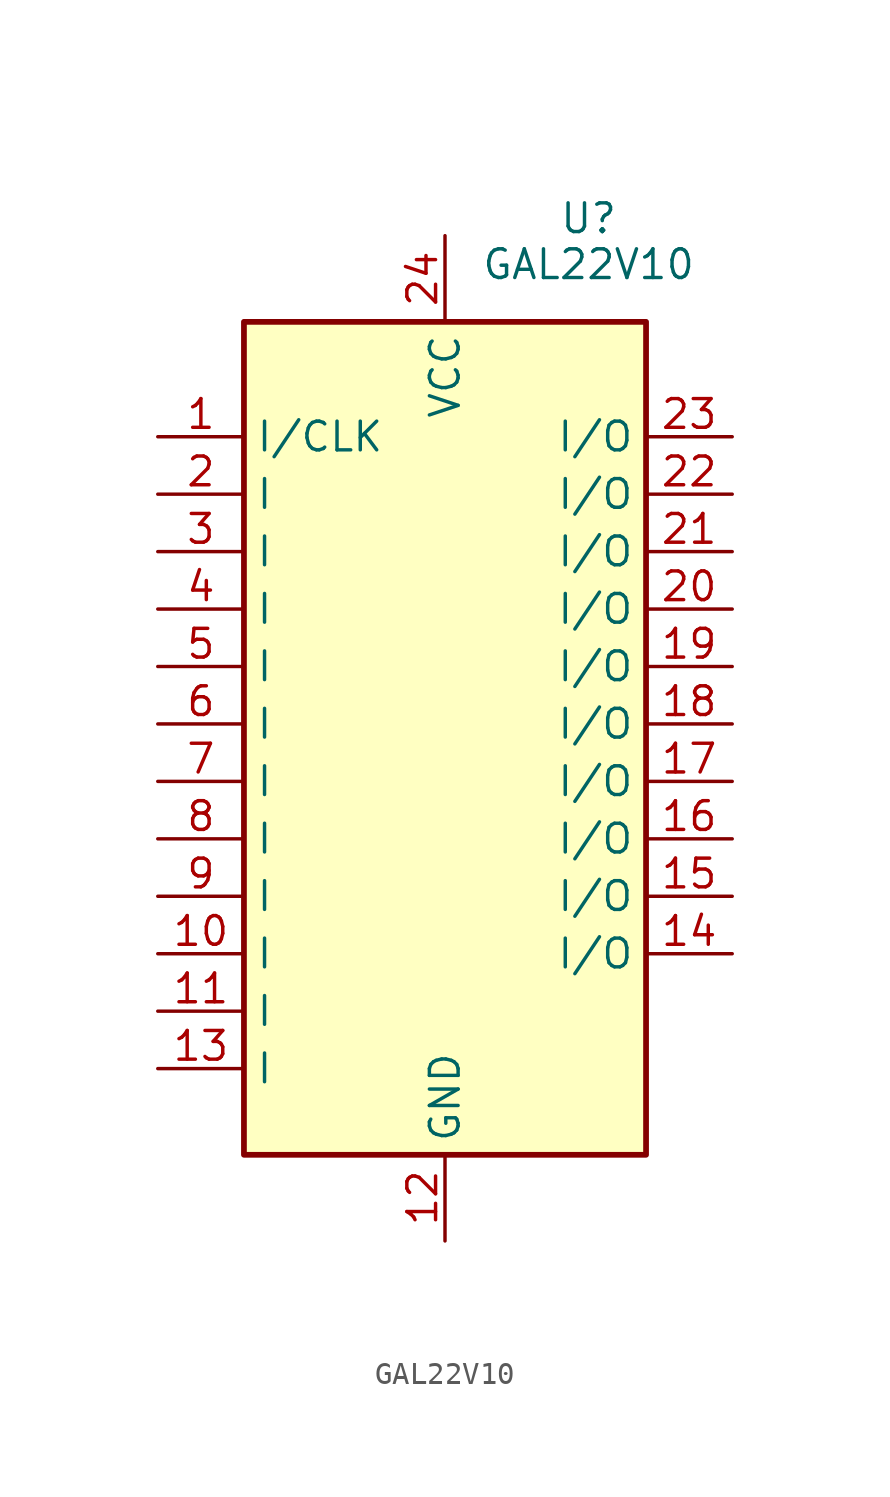
<source format=kicad_sym>
(kicad_symbol_lib
  (version 20231120)
  (generator "kicad_symbol_editor")
  (generator_version "8.0")
  (symbol "GAL22V10"
    (property "Reference" "U"
      (at 6.35 22.352 0)
      (effects (font (size 1.27 1.27))))
    (property "Value" "GAL22V10"
      (at 6.35 20.32 0)
      (effects (font (size 1.27 1.27))))
    (symbol "GAL22V10_1_1"
      (rectangle (start -8.89 17.78) (end 8.89 -19.05) (stroke (width 0.254) (type default)) (fill (type background)))
      (pin input line (at -12.7 12.7 0) (length 3.81) (name "I/CLK" (effects (font (size 1.27 1.27)))) (number "1" (effects (font (size 1.27 1.27)))))
      (pin input line (at -12.7 -10.16 0) (length 3.81) (name "I" (effects (font (size 1.27 1.27)))) (number "10" (effects (font (size 1.27 1.27)))))
      (pin input line (at -12.7 -12.7 0) (length 3.81) (name "I" (effects (font (size 1.27 1.27)))) (number "11" (effects (font (size 1.27 1.27)))))
      (pin power_in line (at 0 -22.86 90) (length 3.81) (name "GND" (effects (font (size 1.27 1.27)))) (number "12" (effects (font (size 1.27 1.27)))))
      (pin input line (at -12.7 -15.24 0) (length 3.81) (name "I" (effects (font (size 1.27 1.27)))) (number "13" (effects (font (size 1.27 1.27)))))
      (pin bidirectional line (at 12.7 -10.16 180) (length 3.81) (name "I/O" (effects (font (size 1.27 1.27)))) (number "14" (effects (font (size 1.27 1.27)))))
      (pin bidirectional line (at 12.7 -7.62 180) (length 3.81) (name "I/O" (effects (font (size 1.27 1.27)))) (number "15" (effects (font (size 1.27 1.27)))))
      (pin bidirectional line (at 12.7 -5.08 180) (length 3.81) (name "I/O" (effects (font (size 1.27 1.27)))) (number "16" (effects (font (size 1.27 1.27)))))
      (pin bidirectional line (at 12.7 -2.54 180) (length 3.81) (name "I/O" (effects (font (size 1.27 1.27)))) (number "17" (effects (font (size 1.27 1.27)))))
      (pin bidirectional line (at 12.7 0 180) (length 3.81) (name "I/O" (effects (font (size 1.27 1.27)))) (number "18" (effects (font (size 1.27 1.27)))))
      (pin bidirectional line (at 12.7 2.54 180) (length 3.81) (name "I/O" (effects (font (size 1.27 1.27)))) (number "19" (effects (font (size 1.27 1.27)))))
      (pin input line (at -12.7 10.16 0) (length 3.81) (name "I" (effects (font (size 1.27 1.27)))) (number "2" (effects (font (size 1.27 1.27)))))
      (pin bidirectional line (at 12.7 5.08 180) (length 3.81) (name "I/O" (effects (font (size 1.27 1.27)))) (number "20" (effects (font (size 1.27 1.27)))))
      (pin bidirectional line (at 12.7 7.62 180) (length 3.81) (name "I/O" (effects (font (size 1.27 1.27)))) (number "21" (effects (font (size 1.27 1.27)))))
      (pin bidirectional line (at 12.7 10.16 180) (length 3.81) (name "I/O" (effects (font (size 1.27 1.27)))) (number "22" (effects (font (size 1.27 1.27)))))
      (pin bidirectional line (at 12.7 12.7 180) (length 3.81) (name "I/O" (effects (font (size 1.27 1.27)))) (number "23" (effects (font (size 1.27 1.27)))))
      (pin power_in line (at 0 21.59 270) (length 3.81) (name "VCC" (effects (font (size 1.27 1.27)))) (number "24" (effects (font (size 1.27 1.27)))))
      (pin input line (at -12.7 7.62 0) (length 3.81) (name "I" (effects (font (size 1.27 1.27)))) (number "3" (effects (font (size 1.27 1.27)))))
      (pin input line (at -12.7 5.08 0) (length 3.81) (name "I" (effects (font (size 1.27 1.27)))) (number "4" (effects (font (size 1.27 1.27)))))
      (pin input line (at -12.7 2.54 0) (length 3.81) (name "I" (effects (font (size 1.27 1.27)))) (number "5" (effects (font (size 1.27 1.27)))))
      (pin input line (at -12.7 0 0) (length 3.81) (name "I" (effects (font (size 1.27 1.27)))) (number "6" (effects (font (size 1.27 1.27)))))
      (pin input line (at -12.7 -2.54 0) (length 3.81) (name "I" (effects (font (size 1.27 1.27)))) (number "7" (effects (font (size 1.27 1.27)))))
      (pin input line (at -12.7 -5.08 0) (length 3.81) (name "I" (effects (font (size 1.27 1.27)))) (number "8" (effects (font (size 1.27 1.27)))))
      (pin input line (at -12.7 -7.62 0) (length 3.81) (name "I" (effects (font (size 1.27 1.27)))) (number "9" (effects (font (size 1.27 1.27))))))))
</source>
